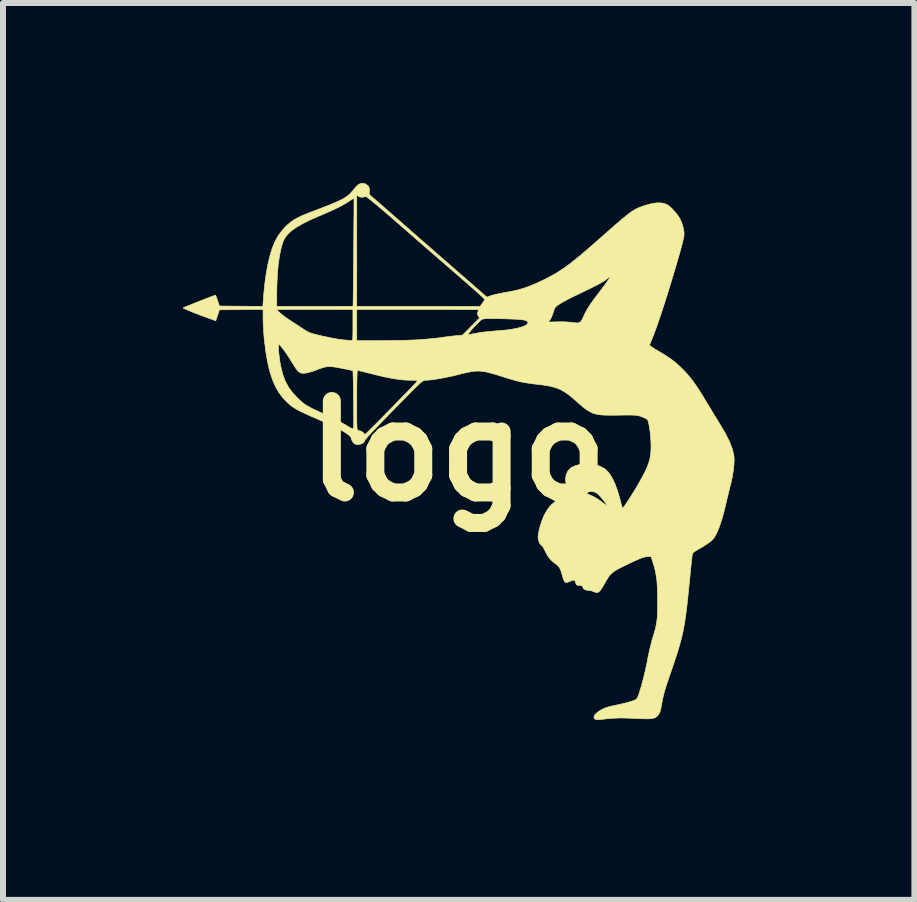
<source format=kicad_pcb>
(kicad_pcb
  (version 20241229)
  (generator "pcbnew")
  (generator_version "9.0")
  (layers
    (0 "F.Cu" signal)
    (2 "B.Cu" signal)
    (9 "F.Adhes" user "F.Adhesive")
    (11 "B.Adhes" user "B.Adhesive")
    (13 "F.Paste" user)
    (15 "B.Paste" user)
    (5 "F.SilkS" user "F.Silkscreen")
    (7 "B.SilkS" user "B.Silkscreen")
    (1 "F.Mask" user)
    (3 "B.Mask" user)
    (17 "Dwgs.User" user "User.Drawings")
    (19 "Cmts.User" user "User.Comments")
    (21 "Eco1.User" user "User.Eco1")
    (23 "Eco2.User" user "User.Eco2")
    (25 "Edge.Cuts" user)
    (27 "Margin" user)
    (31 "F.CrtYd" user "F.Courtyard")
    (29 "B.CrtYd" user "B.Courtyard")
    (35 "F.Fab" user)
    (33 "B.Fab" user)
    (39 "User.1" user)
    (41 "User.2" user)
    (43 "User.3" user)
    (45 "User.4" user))
  (footprint "logo"
    (layer "F.Cu")
    (at 4.588 4.472)
    (property "Reference" "logo" (at 0 0 0) (layer "F.SilkS") (effects (font (size 1.524 1.524) (thickness 0.3))))
    (attr through_hole)
    (fp_poly (pts (xy -1.557 -4.46) (xy -1.539 -4.452) (xy -1.497 -4.421) (xy -1.478 -4.379) (xy -1.478 -4.33) (xy -1.481 -4.295) (xy -1.471 -4.272) (xy -1.45 -4.252) (xy -1.434 -4.239) (xy -1.4 -4.21) (xy -1.352 -4.167) (xy -1.289 -4.113) (xy -1.215 -4.048) (xy -1.131 -3.975) (xy -1.039 -3.894) (xy -0.941 -3.808) (xy -0.862 -3.739) (xy -0.745 -3.637) (xy -0.62 -3.527) (xy -0.491 -3.415) (xy -0.363 -3.302) (xy -0.238 -3.193) (xy -0.12 -3.091) (xy -0.014 -2.998) (xy 0.077 -2.919) (xy 0.085 -2.912) (xy 0.481 -2.567) (xy 0.545 -2.591) (xy 0.58 -2.602) (xy 0.634 -2.615) (xy 0.7 -2.629) (xy 0.773 -2.643) (xy 0.802 -2.648) (xy 0.916 -2.669) (xy 1.018 -2.693) (xy 1.114 -2.722) (xy 1.211 -2.758) (xy 1.318 -2.804) (xy 1.417 -2.85) (xy 1.509 -2.896) (xy 1.595 -2.943) (xy 1.678 -2.993) (xy 1.762 -3.049) (xy 1.85 -3.112) (xy 1.943 -3.185) (xy 2.046 -3.269) (xy 2.162 -3.368) (xy 2.26 -3.453) (xy 2.387 -3.565) (xy 2.496 -3.661) (xy 2.59 -3.744) (xy 2.67 -3.813) (xy 2.738 -3.871) (xy 2.796 -3.918) (xy 2.845 -3.957) (xy 2.887 -3.988) (xy 2.924 -4.012) (xy 2.957 -4.032) (xy 2.989 -4.048) (xy 3.02 -4.062) (xy 3.054 -4.074) (xy 3.091 -4.087) (xy 3.104 -4.092) (xy 3.219 -4.125) (xy 3.318 -4.14) (xy 3.402 -4.137) (xy 3.473 -4.117) (xy 3.515 -4.09) (xy 3.564 -4.047) (xy 3.614 -3.994) (xy 3.66 -3.937) (xy 3.696 -3.882) (xy 3.699 -3.878) (xy 3.731 -3.805) (xy 3.755 -3.726) (xy 3.768 -3.651) (xy 3.768 -3.593) (xy 3.761 -3.555) (xy 3.747 -3.494) (xy 3.726 -3.413) (xy 3.699 -3.314) (xy 3.666 -3.2) (xy 3.629 -3.072) (xy 3.587 -2.932) (xy 3.542 -2.783) (xy 3.524 -2.724) (xy 3.46 -2.519) (xy 3.401 -2.338) (xy 3.348 -2.178) (xy 3.299 -2.039) (xy 3.254 -1.919) (xy 3.212 -1.816) (xy 3.193 -1.77) (xy 3.201 -1.759) (xy 3.227 -1.738) (xy 3.27 -1.71) (xy 3.323 -1.678) (xy 3.336 -1.67) (xy 3.442 -1.607) (xy 3.531 -1.549) (xy 3.608 -1.491) (xy 3.68 -1.429) (xy 3.753 -1.358) (xy 3.754 -1.357) (xy 3.807 -1.301) (xy 3.855 -1.245) (xy 3.902 -1.186) (xy 3.95 -1.121) (xy 4.001 -1.045) (xy 4.059 -0.955) (xy 4.124 -0.848) (xy 4.153 -0.8) (xy 4.201 -0.721) (xy 4.247 -0.645) (xy 4.29 -0.574) (xy 4.326 -0.515) (xy 4.353 -0.471) (xy 4.362 -0.457) (xy 4.452 -0.306) (xy 4.521 -0.17) (xy 4.57 -0.047) (xy 4.598 0.062) (xy 4.599 0.068) (xy 4.604 0.137) (xy 4.601 0.225) (xy 4.59 0.325) (xy 4.573 0.432) (xy 4.549 0.541) (xy 4.544 0.559) (xy 4.526 0.628) (xy 4.506 0.712) (xy 4.484 0.801) (xy 4.465 0.884) (xy 4.463 0.892) (xy 4.425 1.046) (xy 4.386 1.18) (xy 4.346 1.293) (xy 4.305 1.384) (xy 4.265 1.452) (xy 4.233 1.487) (xy 4.175 1.533) (xy 4.095 1.586) (xy 3.998 1.642) (xy 3.951 1.671) (xy 3.922 1.694) (xy 3.909 1.716) (xy 3.906 1.724) (xy 3.903 1.745) (xy 3.898 1.788) (xy 3.891 1.849) (xy 3.883 1.926) (xy 3.874 2.014) (xy 3.865 2.111) (xy 3.861 2.153) (xy 3.843 2.329) (xy 3.827 2.484) (xy 3.812 2.62) (xy 3.796 2.741) (xy 3.78 2.851) (xy 3.762 2.953) (xy 3.742 3.051) (xy 3.718 3.148) (xy 3.691 3.248) (xy 3.659 3.354) (xy 3.621 3.47) (xy 3.578 3.599) (xy 3.528 3.744) (xy 3.516 3.778) (xy 3.473 3.906) (xy 3.44 4.016) (xy 3.416 4.112) (xy 3.402 4.183) (xy 3.389 4.257) (xy 3.378 4.31) (xy 3.367 4.349) (xy 3.353 4.378) (xy 3.336 4.402) (xy 3.323 4.417) (xy 3.303 4.435) (xy 3.278 4.449) (xy 3.245 4.458) (xy 3.201 4.463) (xy 3.142 4.465) (xy 3.065 4.463) (xy 2.967 4.459) (xy 2.947 4.457) (xy 2.824 4.452) (xy 2.718 4.45) (xy 2.619 4.453) (xy 2.518 4.46) (xy 2.406 4.472) (xy 2.356 4.478) (xy 2.307 4.478) (xy 2.281 4.467) (xy 2.265 4.442) (xy 2.272 4.411) (xy 2.303 4.374) (xy 2.322 4.358) (xy 2.37 4.324) (xy 2.422 4.296) (xy 2.481 4.273) (xy 2.555 4.253) (xy 2.63 4.237) (xy 2.731 4.215) (xy 2.819 4.193) (xy 2.891 4.172) (xy 2.944 4.153) (xy 2.974 4.137) (xy 2.989 4.116) (xy 3.008 4.072) (xy 3.029 4.009) (xy 3.053 3.93) (xy 3.078 3.839) (xy 3.104 3.737) (xy 3.129 3.628) (xy 3.153 3.516) (xy 3.168 3.437) (xy 3.185 3.356) (xy 3.206 3.267) (xy 3.227 3.182) (xy 3.246 3.115) (xy 3.271 3.03) (xy 3.291 2.959) (xy 3.305 2.895) (xy 3.315 2.834) (xy 3.322 2.769) (xy 3.325 2.696) (xy 3.327 2.608) (xy 3.327 2.504) (xy 3.326 2.372) (xy 3.322 2.261) (xy 3.316 2.166) (xy 3.305 2.081) (xy 3.29 2.002) (xy 3.27 1.925) (xy 3.254 1.87) (xy 3.218 1.759) (xy 3.153 1.761) (xy 3.127 1.763) (xy 3.097 1.77) (xy 3.06 1.782) (xy 3.012 1.801) (xy 2.95 1.829) (xy 2.869 1.866) (xy 2.843 1.879) (xy 2.752 1.923) (xy 2.68 1.959) (xy 2.624 1.992) (xy 2.58 2.023) (xy 2.544 2.056) (xy 2.513 2.093) (xy 2.483 2.14) (xy 2.45 2.197) (xy 2.439 2.216) (xy 2.402 2.28) (xy 2.371 2.324) (xy 2.344 2.35) (xy 2.317 2.359) (xy 2.287 2.354) (xy 2.266 2.345) (xy 2.226 2.331) (xy 2.188 2.324) (xy 2.185 2.324) (xy 2.133 2.317) (xy 2.097 2.299) (xy 2.081 2.271) (xy 2.081 2.271) (xy 2.071 2.249) (xy 2.047 2.241) (xy 2.038 2.24) (xy 1.999 2.238) (xy 1.978 2.232) (xy 1.968 2.218) (xy 1.962 2.196) (xy 1.95 2.164) (xy 1.93 2.152) (xy 1.898 2.158) (xy 1.867 2.171) (xy 1.828 2.189) (xy 1.799 2.192) (xy 1.777 2.177) (xy 1.76 2.143) (xy 1.742 2.087) (xy 1.74 2.079) (xy 1.72 2.011) (xy 1.701 1.962) (xy 1.68 1.927) (xy 1.653 1.899) (xy 1.618 1.875) (xy 1.554 1.823) (xy 1.498 1.753) (xy 1.449 1.662) (xy 1.447 1.658) (xy 1.427 1.617) (xy 1.409 1.588) (xy 1.397 1.575) (xy 1.397 1.575) (xy 1.378 1.563) (xy 1.359 1.534) (xy 1.344 1.495) (xy 1.335 1.453) (xy 1.334 1.435) (xy 1.339 1.38) (xy 1.353 1.31) (xy 1.375 1.232) (xy 1.401 1.153) (xy 1.431 1.081) (xy 1.442 1.058) (xy 1.491 0.973) (xy 1.549 0.901) (xy 1.621 0.84) (xy 1.711 0.785) (xy 1.821 0.734) (xy 1.827 0.732) (xy 1.903 0.701) (xy 2.138 0.701) (xy 2.158 0.714) (xy 2.201 0.732) (xy 2.21 0.736) (xy 2.256 0.757) (xy 2.311 0.788) (xy 2.367 0.825) (xy 2.385 0.839) (xy 2.433 0.875) (xy 2.464 0.898) (xy 2.481 0.91) (xy 2.487 0.911) (xy 2.485 0.904) (xy 2.481 0.899) (xy 2.456 0.861) (xy 2.422 0.816) (xy 2.383 0.77) (xy 2.347 0.731) (xy 2.319 0.705) (xy 2.319 0.705) (xy 2.264 0.678) (xy 2.199 0.674) (xy 2.162 0.681) (xy 2.14 0.69) (xy 2.138 0.701) (xy 1.903 0.701) (xy 1.929 0.69) (xy 1.878 0.64) (xy 1.828 0.584) (xy 1.799 0.53) (xy 1.791 0.472) (xy 1.8 0.405) (xy 1.805 0.388) (xy 1.835 0.325) (xy 1.886 0.276) (xy 1.958 0.241) (xy 2.049 0.219) (xy 2.159 0.212) (xy 2.266 0.222) (xy 2.363 0.25) (xy 2.446 0.295) (xy 2.461 0.306) (xy 2.514 0.361) (xy 2.566 0.44) (xy 2.614 0.539) (xy 2.658 0.657) (xy 2.697 0.79) (xy 2.704 0.816) (xy 2.718 0.871) (xy 2.73 0.915) (xy 2.74 0.944) (xy 2.745 0.952) (xy 2.755 0.942) (xy 2.776 0.914) (xy 2.805 0.872) (xy 2.84 0.818) (xy 2.879 0.758) (xy 2.919 0.695) (xy 2.957 0.633) (xy 2.992 0.574) (xy 2.997 0.565) (xy 3.061 0.452) (xy 3.112 0.356) (xy 3.151 0.273) (xy 3.179 0.197) (xy 3.199 0.126) (xy 3.211 0.055) (xy 3.217 -0.02) (xy 3.218 -0.095) (xy 3.215 -0.171) (xy 3.21 -0.252) (xy 3.201 -0.332) (xy 3.19 -0.405) (xy 3.179 -0.467) (xy 3.166 -0.51) (xy 3.162 -0.521) (xy 3.145 -0.535) (xy 3.112 -0.553) (xy 3.068 -0.571) (xy 3.065 -0.572) (xy 3.037 -0.582) (xy 3.011 -0.589) (xy 2.985 -0.595) (xy 2.953 -0.598) (xy 2.912 -0.6) (xy 2.859 -0.601) (xy 2.789 -0.601) (xy 2.698 -0.6) (xy 2.673 -0.599) (xy 2.555 -0.598) (xy 2.458 -0.599) (xy 2.378 -0.604) (xy 2.31 -0.615) (xy 2.251 -0.631) (xy 2.196 -0.657) (xy 2.141 -0.691) (xy 2.082 -0.737) (xy 2.014 -0.795) (xy 1.956 -0.847) (xy 1.87 -0.92) (xy 1.791 -0.978) (xy 1.713 -1.023) (xy 1.632 -1.056) (xy 1.54 -1.081) (xy 1.433 -1.1) (xy 1.34 -1.111) (xy 1.231 -1.124) (xy 1.137 -1.138) (xy 1.05 -1.154) (xy 0.963 -1.175) (xy 0.869 -1.202) (xy 0.759 -1.236) (xy 0.746 -1.24) (xy 0.635 -1.275) (xy 0.544 -1.301) (xy 0.467 -1.32) (xy 0.4 -1.331) (xy 0.337 -1.335) (xy 0.274 -1.332) (xy 0.205 -1.322) (xy 0.126 -1.306) (xy 0.032 -1.283) (xy 0.013 -1.278) (xy -0.098 -1.251) (xy -0.208 -1.228) (xy -0.314 -1.208) (xy -0.409 -1.193) (xy -0.489 -1.184) (xy -0.545 -1.181) (xy -0.556 -1.181) (xy -0.567 -1.178) (xy -0.581 -1.172) (xy -0.597 -1.161) (xy -0.619 -1.144) (xy -0.647 -1.119) (xy -0.683 -1.085) (xy -0.729 -1.04) (xy -0.786 -0.984) (xy -0.855 -0.913) (xy -0.939 -0.828) (xy -1.039 -0.727) (xy -1.068 -0.697) (xy -1.159 -0.604) (xy -1.243 -0.517) (xy -1.321 -0.436) (xy -1.39 -0.364) (xy -1.449 -0.302) (xy -1.495 -0.252) (xy -1.527 -0.215) (xy -1.545 -0.194) (xy -1.547 -0.19) (xy -1.565 -0.155) (xy -1.6 -0.126) (xy -1.646 -0.11) (xy -1.666 -0.109) (xy -1.707 -0.113) (xy -1.736 -0.132) (xy -1.748 -0.144) (xy -1.768 -0.174) (xy -1.778 -0.2) (xy -1.778 -0.202) (xy -1.786 -0.229) (xy -1.812 -0.259) (xy -1.857 -0.293) (xy -1.92 -0.333) (xy -2.004 -0.378) (xy -2.11 -0.43) (xy -2.238 -0.488) (xy -2.356 -0.54) (xy -2.465 -0.587) (xy -2.554 -0.627) (xy -2.626 -0.661) (xy -2.684 -0.692) (xy -2.733 -0.721) (xy -2.774 -0.749) (xy -2.812 -0.779) (xy -2.839 -0.803) (xy -2.917 -0.884) (xy -2.986 -0.974) (xy -3.045 -1.076) (xy -3.095 -1.192) (xy -3.138 -1.324) (xy -3.174 -1.474) (xy -3.204 -1.645) (xy -3.215 -1.734) (xy -2.995 -1.734) (xy -2.993 -1.686) (xy -2.988 -1.626) (xy -2.98 -1.559) (xy -2.97 -1.489) (xy -2.958 -1.422) (xy -2.957 -1.416) (xy -2.924 -1.283) (xy -2.882 -1.168) (xy -2.827 -1.066) (xy -2.756 -0.971) (xy -2.692 -0.902) (xy -2.649 -0.859) (xy -2.611 -0.824) (xy -2.573 -0.793) (xy -2.532 -0.765) (xy -2.483 -0.737) (xy -2.424 -0.706) (xy -2.35 -0.671) (xy -2.257 -0.628) (xy -2.242 -0.621) (xy -2.159 -0.582) (xy -2.074 -0.541) (xy -1.994 -0.501) (xy -1.925 -0.465) (xy -1.873 -0.435) (xy -1.87 -0.433) (xy -1.817 -0.401) (xy -1.781 -0.382) (xy -1.759 -0.372) (xy -1.748 -0.372) (xy -1.743 -0.38) (xy -1.742 -0.386) (xy -1.741 -0.404) (xy -1.74 -0.445) (xy -1.74 -0.506) (xy -1.74 -0.582) (xy -1.741 -0.672) (xy -1.741 -0.772) (xy -1.742 -0.845) (xy -1.689 -0.845) (xy -1.689 -0.719) (xy -1.689 -0.616) (xy -1.689 -0.534) (xy -1.688 -0.47) (xy -1.686 -0.422) (xy -1.685 -0.388) (xy -1.682 -0.366) (xy -1.678 -0.352) (xy -1.674 -0.346) (xy -1.668 -0.343) (xy -1.663 -0.343) (xy -1.625 -0.335) (xy -1.589 -0.315) (xy -1.571 -0.297) (xy -1.556 -0.281) (xy -1.55 -0.279) (xy -1.539 -0.288) (xy -1.512 -0.313) (xy -1.472 -0.353) (xy -1.418 -0.406) (xy -1.355 -0.47) (xy -1.282 -0.543) (xy -1.203 -0.624) (xy -1.123 -0.705) (xy -1.038 -0.792) (xy -0.959 -0.874) (xy -0.886 -0.949) (xy -0.822 -1.015) (xy -0.768 -1.071) (xy -0.727 -1.115) (xy -0.7 -1.143) (xy -0.69 -1.155) (xy -0.682 -1.167) (xy -0.683 -1.175) (xy -0.697 -1.179) (xy -0.727 -1.181) (xy -0.778 -1.181) (xy -0.788 -1.181) (xy -0.884 -1.184) (xy -0.989 -1.195) (xy -1.104 -1.213) (xy -1.236 -1.239) (xy -1.386 -1.275) (xy -1.421 -1.284) (xy -1.497 -1.303) (xy -1.564 -1.319) (xy -1.619 -1.333) (xy -1.659 -1.342) (xy -1.678 -1.346) (xy -1.679 -1.346) (xy -1.681 -1.334) (xy -1.683 -1.299) (xy -1.685 -1.244) (xy -1.687 -1.172) (xy -1.688 -1.085) (xy -1.689 -0.986) (xy -1.689 -0.879) (xy -1.689 -0.845) (xy -1.742 -0.845) (xy -1.742 -0.873) (xy -1.744 -0.978) (xy -1.745 -1.076) (xy -1.747 -1.162) (xy -1.749 -1.234) (xy -1.751 -1.29) (xy -1.752 -1.326) (xy -1.754 -1.339) (xy -1.768 -1.343) (xy -1.802 -1.352) (xy -1.852 -1.363) (xy -1.914 -1.375) (xy -1.943 -1.381) (xy -2.029 -1.397) (xy -2.096 -1.407) (xy -2.152 -1.409) (xy -2.203 -1.405) (xy -2.255 -1.392) (xy -2.316 -1.371) (xy -2.364 -1.352) (xy -2.423 -1.33) (xy -2.484 -1.313) (xy -2.535 -1.301) (xy -2.552 -1.299) (xy -2.589 -1.297) (xy -2.619 -1.302) (xy -2.647 -1.315) (xy -2.674 -1.34) (xy -2.705 -1.38) (xy -2.742 -1.437) (xy -2.776 -1.492) (xy -2.821 -1.564) (xy -2.865 -1.63) (xy -2.906 -1.688) (xy -2.942 -1.734) (xy -2.969 -1.765) (xy -2.986 -1.778) (xy -2.988 -1.778) (xy -2.993 -1.766) (xy -2.995 -1.734) (xy -3.215 -1.734) (xy -3.229 -1.838) (xy -3.232 -1.87) (xy -3.239 -1.953) (xy -3.245 -2.044) (xy -3.25 -2.132) (xy -3.251 -2.207) (xy -3.251 -2.21) (xy -3.251 -2.361) (xy -3.029 -2.361) (xy -2.965 -2.302) (xy -2.922 -2.266) (xy -2.868 -2.225) (xy -2.815 -2.188) (xy -2.813 -2.187) (xy -2.763 -2.155) (xy -2.702 -2.115) (xy -2.639 -2.074) (xy -2.603 -2.05) (xy -2.56 -2.022) (xy -2.525 -2) (xy -2.493 -1.983) (xy -2.458 -1.969) (xy -2.416 -1.956) (xy -2.362 -1.942) (xy -2.29 -1.925) (xy -2.254 -1.917) (xy -2.172 -1.899) (xy -2.088 -1.882) (xy -2.011 -1.868) (xy -1.946 -1.858) (xy -1.911 -1.855) (xy -1.858 -1.85) (xy -1.812 -1.846) (xy -1.781 -1.844) (xy -1.775 -1.843) (xy -1.767 -1.844) (xy -1.762 -1.851) (xy -1.758 -1.867) (xy -1.755 -1.894) (xy -1.754 -1.937) (xy -1.753 -1.999) (xy -1.753 -2.081) (xy -1.753 -2.102) (xy -1.753 -2.362) (xy -1.689 -2.362) (xy -1.689 -1.841) (xy -1.318 -1.842) (xy -1.207 -1.842) (xy -1.09 -1.844) (xy -0.974 -1.846) (xy -0.865 -1.848) (xy -0.769 -1.852) (xy -0.706 -1.854) (xy -0.614 -1.86) (xy -0.516 -1.868) (xy -0.42 -1.877) (xy -0.336 -1.886) (xy -0.292 -1.892) (xy -0.218 -1.903) (xy -0.143 -1.912) (xy -0.075 -1.92) (xy -0.024 -1.926) (xy -0.022 -1.926) (xy 0.074 -1.934) (xy 0.088 -1.948) (xy 0.169 -1.948) (xy 0.17 -1.943) (xy 0.19 -1.945) (xy 0.229 -1.952) (xy 0.28 -1.961) (xy 0.32 -1.969) (xy 0.381 -1.979) (xy 0.458 -1.988) (xy 0.544 -1.997) (xy 0.629 -2.005) (xy 0.66 -2.007) (xy 0.774 -2.016) (xy 0.878 -2.029) (xy 0.969 -2.046) (xy 1.046 -2.065) (xy 1.106 -2.086) (xy 1.147 -2.109) (xy 1.165 -2.133) (xy 1.166 -2.144) (xy 1.16 -2.155) (xy 1.511 -2.155) (xy 1.523 -2.153) (xy 1.555 -2.153) (xy 1.602 -2.154) (xy 1.648 -2.155) (xy 1.716 -2.156) (xy 1.787 -2.155) (xy 1.848 -2.151) (xy 1.873 -2.149) (xy 1.941 -2.14) (xy 1.989 -2.137) (xy 2.021 -2.141) (xy 2.044 -2.156) (xy 2.063 -2.182) (xy 2.082 -2.222) (xy 2.088 -2.236) (xy 2.121 -2.306) (xy 2.158 -2.373) (xy 2.203 -2.444) (xy 2.259 -2.523) (xy 2.329 -2.616) (xy 2.33 -2.616) (xy 2.38 -2.682) (xy 2.427 -2.745) (xy 2.468 -2.801) (xy 2.501 -2.849) (xy 2.523 -2.884) (xy 2.534 -2.905) (xy 2.533 -2.908) (xy 2.52 -2.901) (xy 2.494 -2.881) (xy 2.472 -2.863) (xy 2.453 -2.848) (xy 2.427 -2.831) (xy 2.392 -2.81) (xy 2.346 -2.785) (xy 2.287 -2.754) (xy 2.212 -2.717) (xy 2.12 -2.672) (xy 2.009 -2.618) (xy 1.892 -2.562) (xy 1.831 -2.531) (xy 1.768 -2.497) (xy 1.713 -2.465) (xy 1.693 -2.453) (xy 1.652 -2.425) (xy 1.626 -2.402) (xy 1.609 -2.376) (xy 1.595 -2.338) (xy 1.588 -2.314) (xy 1.571 -2.265) (xy 1.553 -2.221) (xy 1.537 -2.194) (xy 1.519 -2.17) (xy 1.511 -2.156) (xy 1.511 -2.155) (xy 1.16 -2.155) (xy 1.158 -2.16) (xy 1.14 -2.172) (xy 1.11 -2.183) (xy 1.065 -2.191) (xy 1.003 -2.197) (xy 0.921 -2.201) (xy 0.817 -2.205) (xy 0.745 -2.207) (xy 0.641 -2.209) (xy 0.559 -2.209) (xy 0.497 -2.209) (xy 0.452 -2.207) (xy 0.421 -2.203) (xy 0.403 -2.198) (xy 0.399 -2.197) (xy 0.378 -2.181) (xy 0.348 -2.153) (xy 0.312 -2.117) (xy 0.273 -2.077) (xy 0.236 -2.036) (xy 0.204 -1.998) (xy 0.181 -1.967) (xy 0.169 -1.948) (xy 0.088 -1.948) (xy 0.216 -2.077) (xy 0.358 -2.219) (xy 0.336 -2.253) (xy 0.322 -2.283) (xy 0.324 -2.309) (xy 0.328 -2.319) (xy 0.339 -2.344) (xy 0.343 -2.356) (xy 0.331 -2.357) (xy 0.295 -2.358) (xy 0.237 -2.359) (xy 0.16 -2.36) (xy 0.065 -2.36) (xy -0.046 -2.361) (xy -0.171 -2.361) (xy -0.308 -2.362) (xy -0.455 -2.362) (xy -0.61 -2.362) (xy -0.673 -2.362) (xy -1.689 -2.362) (xy -1.753 -2.362) (xy -3.029 -2.361) (xy -3.251 -2.361) (xy -3.251 -2.363) (xy -3.979 -2.356) (xy -4.01 -2.265) (xy -4.04 -2.173) (xy -4.157 -2.216) (xy -4.265 -2.255) (xy -4.361 -2.291) (xy -4.442 -2.323) (xy -4.506 -2.35) (xy -4.552 -2.37) (xy -4.579 -2.384) (xy -4.583 -2.391) (xy -4.566 -2.397) (xy -4.53 -2.412) (xy -4.478 -2.433) (xy -4.412 -2.459) (xy -4.339 -2.489) (xy -4.307 -2.501) (xy -4.232 -2.531) (xy -4.164 -2.557) (xy -4.109 -2.578) (xy -4.068 -2.593) (xy -4.046 -2.6) (xy -4.043 -2.6) (xy -4.037 -2.586) (xy -4.025 -2.555) (xy -4.01 -2.512) (xy -4.009 -2.507) (xy -3.979 -2.419) (xy -3.617 -2.416) (xy -3.255 -2.413) (xy -3.246 -2.543) (xy -3.239 -2.628) (xy -3.023 -2.628) (xy -3.023 -2.413) (xy -2.388 -2.413) (xy -1.689 -2.413) (xy 0.368 -2.413) (xy 0.406 -2.466) (xy 0.428 -2.498) (xy 0.442 -2.524) (xy 0.444 -2.532) (xy 0.434 -2.543) (xy 0.407 -2.569) (xy 0.365 -2.608) (xy 0.309 -2.658) (xy 0.242 -2.718) (xy 0.165 -2.786) (xy 0.08 -2.859) (xy 0.009 -2.921) (xy -0.089 -3.006) (xy -0.203 -3.105) (xy -0.328 -3.213) (xy -0.46 -3.327) (xy -0.594 -3.444) (xy -0.727 -3.56) (xy -0.855 -3.672) (xy -0.97 -3.772) (xy -1.08 -3.868) (xy -1.182 -3.956) (xy -1.274 -4.034) (xy -1.354 -4.102) (xy -1.422 -4.158) (xy -1.475 -4.201) (xy -1.512 -4.229) (xy -1.533 -4.243) (xy -1.536 -4.244) (xy -1.563 -4.239) (xy -1.591 -4.233) (xy -1.634 -4.236) (xy -1.657 -4.247) (xy -1.689 -4.268) (xy -1.689 -2.413) (xy -2.388 -2.413) (xy -2.263 -2.413) (xy -2.147 -2.413) (xy -2.041 -2.414) (xy -1.948 -2.414) (xy -1.87 -2.414) (xy -1.81 -2.415) (xy -1.769 -2.415) (xy -1.752 -2.416) (xy -1.751 -2.416) (xy -1.751 -2.429) (xy -1.75 -2.466) (xy -1.749 -2.522) (xy -1.748 -2.597) (xy -1.747 -2.687) (xy -1.746 -2.79) (xy -1.745 -2.903) (xy -1.743 -3.025) (xy -1.742 -3.152) (xy -1.741 -3.282) (xy -1.74 -3.413) (xy -1.739 -3.542) (xy -1.738 -3.667) (xy -1.737 -3.785) (xy -1.736 -3.893) (xy -1.735 -3.99) (xy -1.735 -4.073) (xy -1.735 -4.139) (xy -1.735 -4.186) (xy -1.735 -4.211) (xy -1.735 -4.215) (xy -1.746 -4.21) (xy -1.774 -4.195) (xy -1.812 -4.171) (xy -1.825 -4.162) (xy -1.874 -4.131) (xy -1.926 -4.101) (xy -1.984 -4.07) (xy -2.051 -4.037) (xy -2.132 -4) (xy -2.23 -3.957) (xy -2.318 -3.92) (xy -2.463 -3.856) (xy -2.584 -3.796) (xy -2.685 -3.739) (xy -2.766 -3.683) (xy -2.829 -3.627) (xy -2.877 -3.571) (xy -2.91 -3.512) (xy -2.919 -3.49) (xy -2.951 -3.382) (xy -2.978 -3.253) (xy -2.999 -3.104) (xy -3.013 -2.937) (xy -3.021 -2.755) (xy -3.023 -2.628) (xy -3.239 -2.628) (xy -3.235 -2.674) (xy -3.22 -2.812) (xy -3.201 -2.947) (xy -3.18 -3.071) (xy -3.173 -3.105) (xy -3.137 -3.258) (xy -3.097 -3.388) (xy -3.05 -3.501) (xy -2.994 -3.599) (xy -2.929 -3.685) (xy -2.884 -3.735) (xy -2.837 -3.78) (xy -2.79 -3.818) (xy -2.741 -3.853) (xy -2.684 -3.886) (xy -2.617 -3.919) (xy -2.536 -3.953) (xy -2.436 -3.992) (xy -2.36 -4.021) (xy -2.273 -4.054) (xy -2.186 -4.088) (xy -2.103 -4.121) (xy -2.032 -4.152) (xy -1.978 -4.176) (xy -1.974 -4.178) (xy -1.916 -4.207) (xy -1.87 -4.235) (xy -1.83 -4.265) (xy -1.791 -4.303) (xy -1.747 -4.352) (xy -1.705 -4.405) (xy -1.658 -4.448) (xy -1.609 -4.467) (xy -1.557 -4.46)) (stroke (width 0.01) (type solid)) (fill yes) (layer "F.SilkS")))
  (gr_rect
    (start -3 -3)
    (end 12.197 11.955)
    (stroke (width 0.1) (type default))
    (fill no)
    (layer "Edge.Cuts")))
</source>
